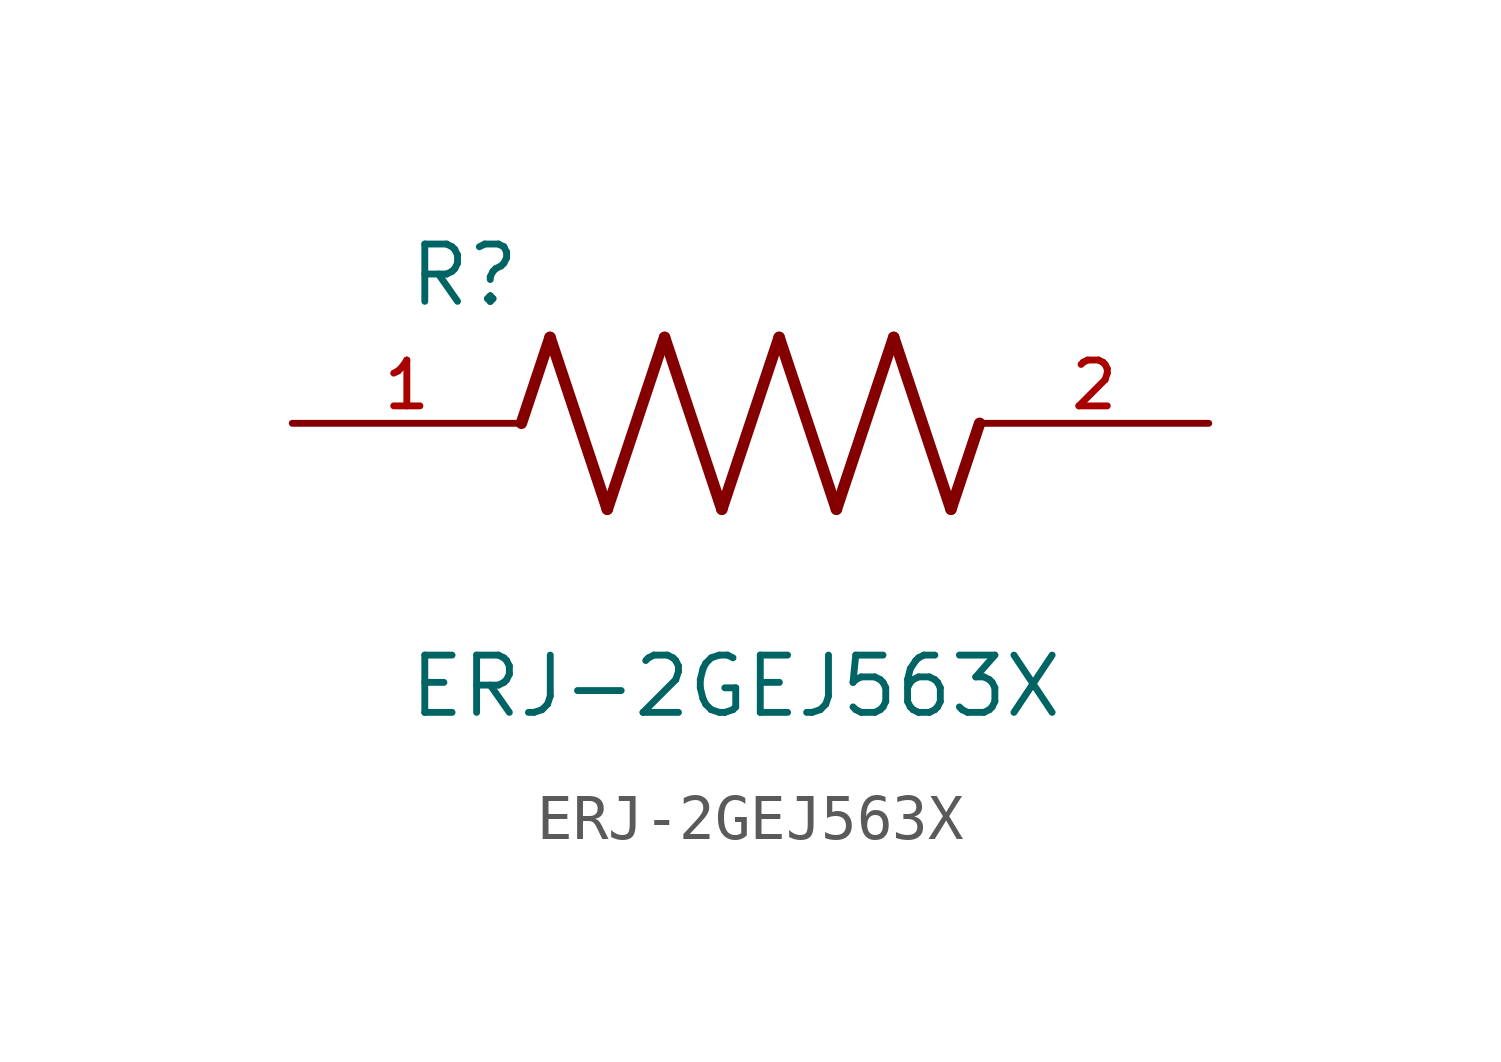
<source format=kicad_sym>
(kicad_symbol_lib
  (version 20211014)
  (generator kicad_symbol_editor)
  (symbol "ERJ-2GEJ563X"
    (pin_names
      (offset 1.016))
    (property "Reference" "R"
      (at -7.624 2.541 0)
      (effects (font (size 1.27 1.27)) (justify bottom left)))
    (property "Value" "ERJ-2GEJ563X"
      (at -7.624 -5.087 0)
      (effects (font (size 1.27 1.27)) (justify top left)))
    (symbol "ERJ-2GEJ563X_0_0"
      (polyline (pts (xy -5.08 0.0) (xy -4.445 1.905)) (stroke (width 0.254)))
      (polyline (pts (xy -4.445 1.905) (xy -3.175 -1.905)) (stroke (width 0.254)))
      (polyline (pts (xy -3.175 -1.905) (xy -1.905 1.905)) (stroke (width 0.254)))
      (polyline (pts (xy -1.905 1.905) (xy -0.635 -1.905)) (stroke (width 0.254)))
      (polyline (pts (xy -0.635 -1.905) (xy 0.635 1.905)) (stroke (width 0.254)))
      (polyline (pts (xy 0.635 1.905) (xy 1.905 -1.905)) (stroke (width 0.254)))
      (polyline (pts (xy 1.905 -1.905) (xy 3.175 1.905)) (stroke (width 0.254)))
      (polyline (pts (xy 3.175 1.905) (xy 4.445 -1.905)) (stroke (width 0.254)))
      (polyline (pts (xy 4.445 -1.905) (xy 5.08 0.0)) (stroke (width 0.254)))
      (pin passive line (at -10.16 0.0 0) (length 5.08) (name "~" (effects (font (size 1.016 1.016)))) (number "1" (effects (font (size 1.016 1.016)))))
      (pin passive line (at 10.16 0.0 180.0) (length 5.08) (name "~" (effects (font (size 1.016 1.016)))) (number "2" (effects (font (size 1.016 1.016))))))))
</source>
